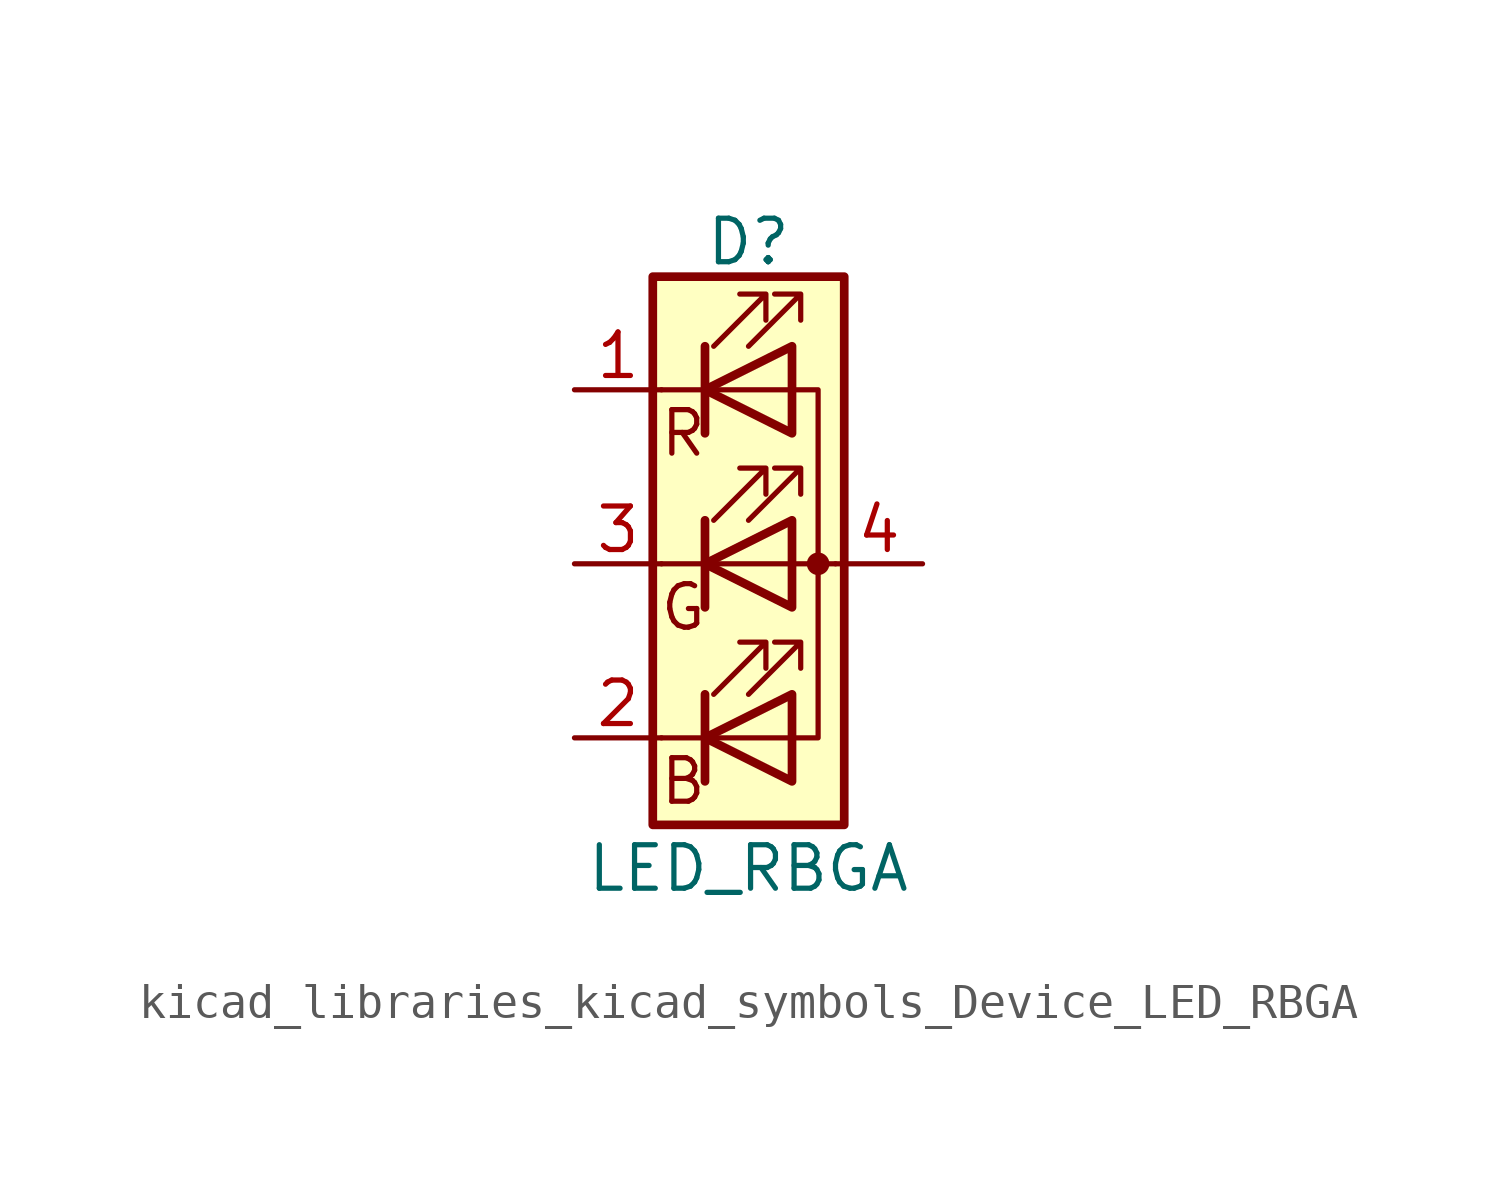
<source format=kicad_sym>
(kicad_symbol_lib
  (version 20220914)
  (generator kicad_symbol_editor)
  (symbol "kicad_libraries_kicad_symbols_Device_LED_RBGA"
    (pin_names
      (offset 0) hide)
    (property "Reference" "D"
      (at 0 9.398 0)
      (effects (font (size 1.27 1.27))))
    (property "Value" "LED_RBGA"
      (at 0 -8.89 0)
      (effects (font (size 1.27 1.27))))
    (symbol "kicad_libraries_kicad_symbols_Device_LED_RBGA_0_0"
      (text "B" (at -1.905 -6.35 0) (effects (font (size 1.27 1.27))))
      (text "G" (at -1.905 -1.27 0) (effects (font (size 1.27 1.27))))
      (text "R" (at -1.905 3.81 0) (effects (font (size 1.27 1.27)))))
    (symbol "kicad_libraries_kicad_symbols_Device_LED_RBGA_0_1"
      (polyline (pts (xy -1.27 -5.08) (xy -2.54 -5.08)) (stroke (width 0) (type default)) (fill (type none)))
      (polyline (pts (xy -1.27 -5.08) (xy 1.27 -5.08)) (stroke (width 0) (type default)) (fill (type none)))
      (polyline (pts (xy -1.27 -3.81) (xy -1.27 -6.35)) (stroke (width 0.254) (type default)) (fill (type none)))
      (polyline (pts (xy -1.27 0) (xy -2.54 0)) (stroke (width 0) (type default)) (fill (type none)))
      (polyline (pts (xy -1.27 1.27) (xy -1.27 -1.27)) (stroke (width 0.254) (type default)) (fill (type none)))
      (polyline (pts (xy -1.27 5.08) (xy -2.54 5.08)) (stroke (width 0) (type default)) (fill (type none)))
      (polyline (pts (xy -1.27 5.08) (xy 1.27 5.08)) (stroke (width 0) (type default)) (fill (type none)))
      (polyline (pts (xy -1.27 6.35) (xy -1.27 3.81)) (stroke (width 0.254) (type default)) (fill (type none)))
      (polyline (pts (xy 1.27 0) (xy -1.27 0)) (stroke (width 0) (type default)) (fill (type none)))
      (polyline (pts (xy 1.27 0) (xy 2.54 0)) (stroke (width 0) (type default)) (fill (type none)))
      (polyline (pts (xy -1.27 1.27) (xy -1.27 -1.27) (xy -1.27 -1.27)) (stroke (width 0) (type default)) (fill (type none)))
      (polyline (pts (xy -1.27 6.35) (xy -1.27 3.81) (xy -1.27 3.81)) (stroke (width 0) (type default)) (fill (type none)))
      (polyline (pts (xy 1.27 -5.08) (xy 2.032 -5.08) (xy 2.032 5.08) (xy 1.27 5.08)) (stroke (width 0) (type default)) (fill (type none)))
      (polyline (pts (xy 1.27 -3.81) (xy 1.27 -6.35) (xy -1.27 -5.08) (xy 1.27 -3.81)) (stroke (width 0.254) (type default)) (fill (type none)))
      (polyline (pts (xy 1.27 1.27) (xy 1.27 -1.27) (xy -1.27 0) (xy 1.27 1.27)) (stroke (width 0.254) (type default)) (fill (type none)))
      (polyline (pts (xy 1.27 6.35) (xy 1.27 3.81) (xy -1.27 5.08) (xy 1.27 6.35)) (stroke (width 0.254) (type default)) (fill (type none)))
      (polyline (pts (xy -1.016 -3.81) (xy 0.508 -2.286) (xy -0.254 -2.286) (xy 0.508 -2.286) (xy 0.508 -3.048)) (stroke (width 0) (type default)) (fill (type none)))
      (polyline (pts (xy -1.016 1.27) (xy 0.508 2.794) (xy -0.254 2.794) (xy 0.508 2.794) (xy 0.508 2.032)) (stroke (width 0) (type default)) (fill (type none)))
      (polyline (pts (xy -1.016 6.35) (xy 0.508 7.874) (xy -0.254 7.874) (xy 0.508 7.874) (xy 0.508 7.112)) (stroke (width 0) (type default)) (fill (type none)))
      (polyline (pts (xy 0 -3.81) (xy 1.524 -2.286) (xy 0.762 -2.286) (xy 1.524 -2.286) (xy 1.524 -3.048)) (stroke (width 0) (type default)) (fill (type none)))
      (polyline (pts (xy 0 1.27) (xy 1.524 2.794) (xy 0.762 2.794) (xy 1.524 2.794) (xy 1.524 2.032)) (stroke (width 0) (type default)) (fill (type none)))
      (polyline (pts (xy 0 6.35) (xy 1.524 7.874) (xy 0.762 7.874) (xy 1.524 7.874) (xy 1.524 7.112)) (stroke (width 0) (type default)) (fill (type none)))
      (rectangle (start 1.27 -1.27) (end 1.27 1.27) (stroke (width 0) (type default)) (fill (type none)))
      (rectangle (start 1.27 1.27) (end 1.27 1.27) (stroke (width 0) (type default)) (fill (type none)))
      (rectangle (start 1.27 3.81) (end 1.27 6.35) (stroke (width 0) (type default)) (fill (type none)))
      (rectangle (start 1.27 6.35) (end 1.27 6.35) (stroke (width 0) (type default)) (fill (type none)))
      (circle (center 2.032 0) (radius 0.254) (stroke (width 0) (type default)) (fill (type outline)))
      (rectangle (start 2.794 8.382) (end -2.794 -7.62) (stroke (width 0.254) (type default)) (fill (type background))))
    (symbol "kicad_libraries_kicad_symbols_Device_LED_RBGA_1_1"
      (pin passive line (at -5.08 5.08 0) (length 2.54) (name "RK" (effects (font (size 1.27 1.27)))) (number "1" (effects (font (size 1.27 1.27)))))
      (pin passive line (at -5.08 -5.08 0) (length 2.54) (name "BK" (effects (font (size 1.27 1.27)))) (number "2" (effects (font (size 1.27 1.27)))))
      (pin passive line (at -5.08 0 0) (length 2.54) (name "GK" (effects (font (size 1.27 1.27)))) (number "3" (effects (font (size 1.27 1.27)))))
      (pin passive line (at 5.08 0 180) (length 2.54) (name "A" (effects (font (size 1.27 1.27)))) (number "4" (effects (font (size 1.27 1.27))))))))
</source>
